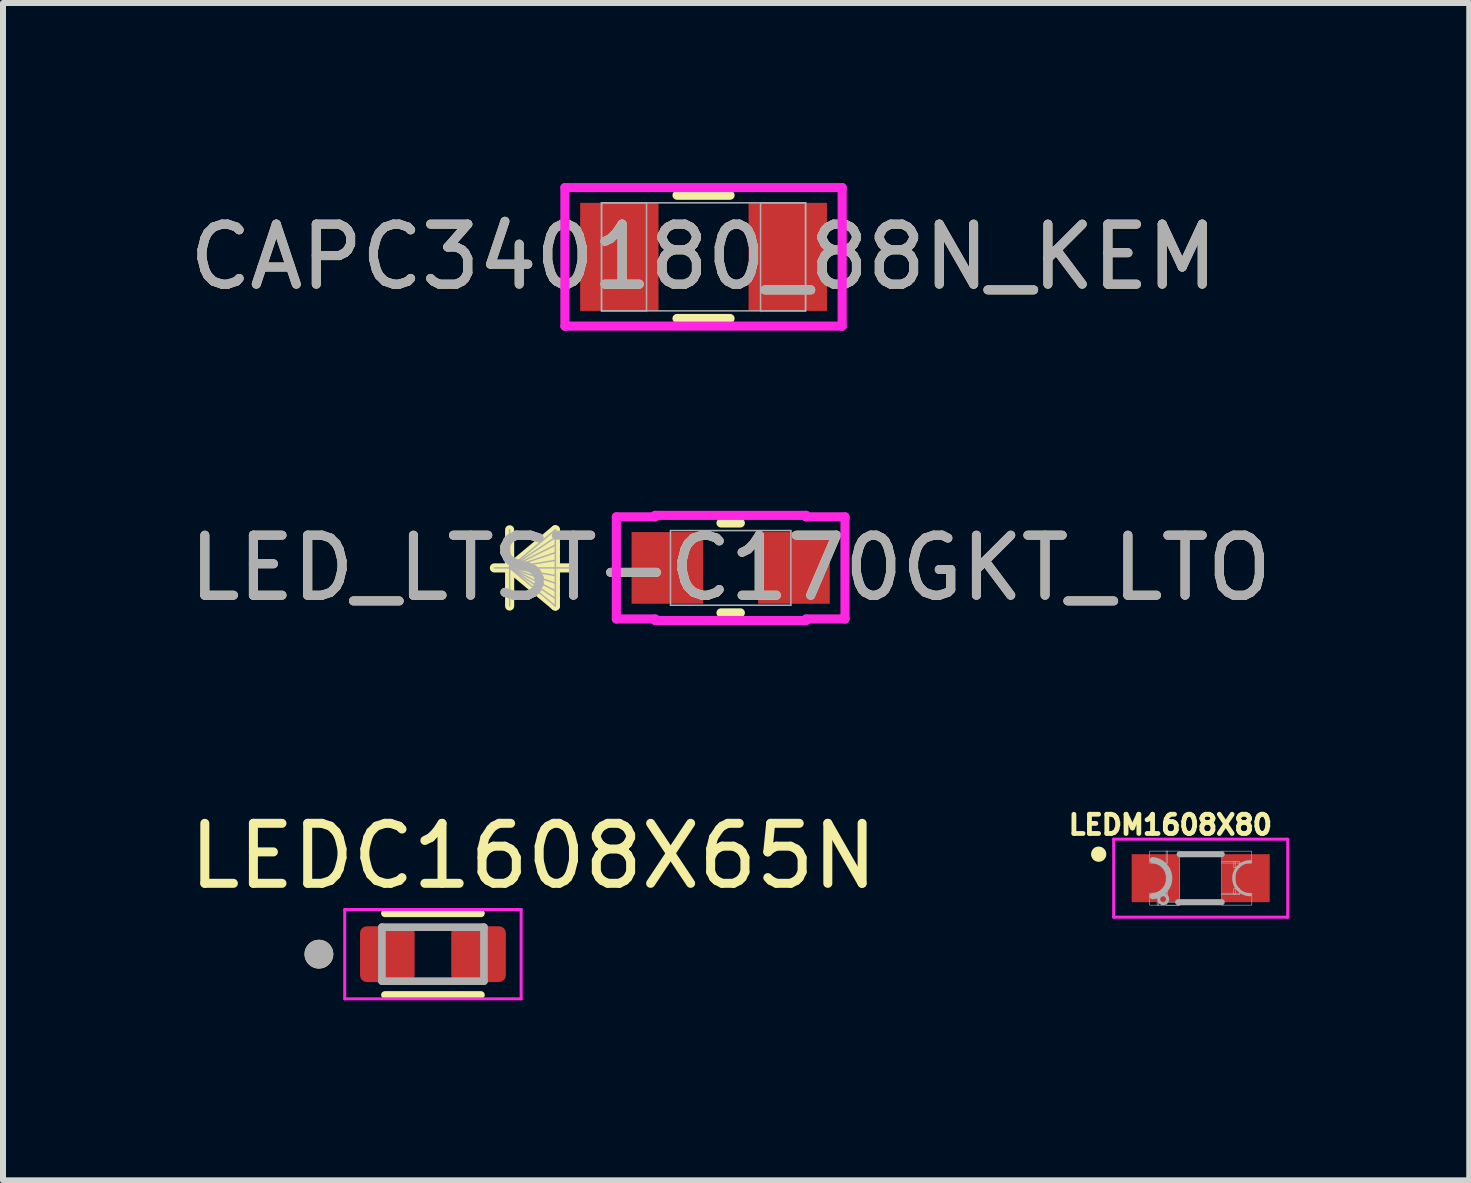
<source format=kicad_pcb>
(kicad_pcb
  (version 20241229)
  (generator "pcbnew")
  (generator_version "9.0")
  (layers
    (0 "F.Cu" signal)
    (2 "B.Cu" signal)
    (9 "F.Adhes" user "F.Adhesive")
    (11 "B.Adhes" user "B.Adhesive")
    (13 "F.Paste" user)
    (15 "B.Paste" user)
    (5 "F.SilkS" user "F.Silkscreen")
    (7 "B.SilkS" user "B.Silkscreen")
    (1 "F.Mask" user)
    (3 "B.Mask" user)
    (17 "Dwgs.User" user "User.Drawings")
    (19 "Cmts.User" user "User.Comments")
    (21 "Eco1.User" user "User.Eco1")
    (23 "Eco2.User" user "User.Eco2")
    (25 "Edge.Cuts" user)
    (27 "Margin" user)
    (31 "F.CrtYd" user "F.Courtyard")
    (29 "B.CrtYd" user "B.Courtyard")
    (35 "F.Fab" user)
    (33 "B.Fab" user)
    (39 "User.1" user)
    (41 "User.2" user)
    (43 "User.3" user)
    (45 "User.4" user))
  (footprint "CAPC340180_88N_KEM"
    (layer "F.Cu")
    (at 8.673 1.23)
    (property "Reference" "CAPC340180_88N_KEM" (at 0 0 0) (unlocked yes) (layer "F.SilkS") (effects (font (size 1 1) (thickness 0.15))))
    (attr smd)
    (fp_line (start -0.442 1.027) (end 0.442 1.027) (stroke (width 0.152) (type solid)) (layer "F.SilkS"))
    (fp_line (start 0.442 -1.027) (end -0.442 -1.027) (stroke (width 0.152) (type solid)) (layer "F.SilkS"))
    (fp_line (start -2.31 -1.154) (end 2.31 -1.154) (stroke (width 0.152) (type solid)) (layer "F.CrtYd"))
    (fp_line (start -2.31 1.154) (end -2.31 -1.154) (stroke (width 0.152) (type solid)) (layer "F.CrtYd"))
    (fp_line (start 2.31 -1.154) (end 2.31 1.154) (stroke (width 0.152) (type solid)) (layer "F.CrtYd"))
    (fp_line (start 2.31 1.154) (end -2.31 1.154) (stroke (width 0.152) (type solid)) (layer "F.CrtYd"))
    (fp_line (start -1.7 -0.9) (end -1.7 0.9) (stroke (width 0.025) (type solid)) (layer "F.Fab"))
    (fp_line (start -1.7 -0.9) (end -1.7 0.9) (stroke (width 0.025) (type solid)) (layer "F.Fab"))
    (fp_line (start -1.7 0.9) (end -0.95 0.9) (stroke (width 0.025) (type solid)) (layer "F.Fab"))
    (fp_line (start -1.7 0.9) (end 1.7 0.9) (stroke (width 0.025) (type solid)) (layer "F.Fab"))
    (fp_line (start -0.95 -0.9) (end -1.7 -0.9) (stroke (width 0.025) (type solid)) (layer "F.Fab"))
    (fp_line (start -0.95 0.9) (end -0.95 -0.9) (stroke (width 0.025) (type solid)) (layer "F.Fab"))
    (fp_line (start 0.95 -0.9) (end 0.95 0.9) (stroke (width 0.025) (type solid)) (layer "F.Fab"))
    (fp_line (start 0.95 0.9) (end 1.7 0.9) (stroke (width 0.025) (type solid)) (layer "F.Fab"))
    (fp_line (start 1.7 -0.9) (end -1.7 -0.9) (stroke (width 0.025) (type solid)) (layer "F.Fab"))
    (fp_line (start 1.7 -0.9) (end 0.95 -0.9) (stroke (width 0.025) (type solid)) (layer "F.Fab"))
    (fp_line (start 1.7 0.9) (end 1.7 -0.9) (stroke (width 0.025) (type solid)) (layer "F.Fab"))
    (fp_line (start 1.7 0.9) (end 1.7 -0.9) (stroke (width 0.025) (type solid)) (layer "F.Fab"))
    (fp_text user "${REFERENCE}" (at 0 0 0) (unlocked yes) (layer "F.Fab") (effects (font (size 1 1) (thickness 0.15))))
    (pad "1" smd rect (at -1.403 0) (size 1.306 1.8) (layers "F.Cu" "F.Mask" "F.Paste"))
    (pad "2" smd rect (at 1.403 0) (size 1.306 1.8) (layers "F.Cu" "F.Mask" "F.Paste"))
    (zone (net_name "") (layer "F.Cu") (hatch full 0.508) (connect_pads) (min_thickness 0.254) (filled_areas_thickness no) (keepout (tracks not_allowed) (vias not_allowed) (pads allowed) (copperpour not_allowed) (footprints allowed)) (placement (enabled no)) (fill) (polygon (pts (xy 7.973 0.381) (xy 9.372 0.381) (xy 9.372 2.079) (xy 7.973 2.079)))))
  (footprint "LEDM1608X80"
    (layer "F.Cu")
    (at 16.957 11.583)
    (property "Reference" "LEDM1608X80" (at -0.505 -0.889 0) (layer "F.SilkS") (effects (font (size 0.32 0.32) (thickness 0.15))))
    (attr smd)
    (fp_circle (center -1.7 -0.4) (end -1.573 -0.4) (stroke (width 0) (type solid)) (fill yes) (layer "F.SilkS"))
    (fp_line (start -1.45 -0.65) (end 1.45 -0.65) (stroke (width 0.05) (type solid)) (layer "F.CrtYd"))
    (fp_line (start -1.45 0.65) (end -1.45 -0.65) (stroke (width 0.05) (type solid)) (layer "F.CrtYd"))
    (fp_line (start 1.45 -0.65) (end 1.45 0.65) (stroke (width 0.05) (type solid)) (layer "F.CrtYd"))
    (fp_line (start 1.45 0.65) (end -1.45 0.65) (stroke (width 0.05) (type solid)) (layer "F.CrtYd"))
    (fp_line (start -0.375 0.4) (end 0.35 0.4) (stroke (width 0.102) (type solid)) (layer "F.Fab"))
    (fp_line (start -0.35 -0.4) (end 0.35 -0.4) (stroke (width 0.102) (type solid)) (layer "F.Fab"))
    (fp_arc (start -0.8 -0.3) (mid -0.524966 0) (end -0.8 0.3) (stroke (width 0.1016) (type solid)) (layer "F.Fab"))
    (fp_arc (start 0.825 0.275) (mid 0.55 0) (end 0.825 -0.275) (stroke (width 0.0508) (type solid)) (layer "F.Fab"))
    (fp_circle (center -0.625 0.35) (end -0.55 0.35) (stroke (width 0.051) (type solid)) (fill no) (layer "F.Fab"))
    (fp_poly (pts (xy -0.85 -0.25) (xy -0.85 -0.451) (xy -0.551 -0.451) (xy -0.551 -0.25)) (stroke (width 0.01) (type solid)) (fill no) (layer "F.Fab"))
    (fp_poly (pts (xy -0.85 0.45) (xy -0.85 0.25) (xy -0.7 0.25) (xy -0.7 0.45)) (stroke (width 0.01) (type solid)) (fill no) (layer "F.Fab"))
    (fp_poly (pts (xy -0.726 0.451) (xy -0.726 0.4) (xy -0.35 0.4) (xy -0.35 0.451)) (stroke (width 0.01) (type solid)) (fill no) (layer "F.Fab"))
    (fp_poly (pts (xy -0.6 0.275) (xy -0.6 0.225) (xy -0.55 0.225) (xy -0.55 0.275)) (stroke (width 0.01) (type solid)) (fill no) (layer "F.Fab"))
    (fp_poly (pts (xy -0.576 0.451) (xy -0.576 -0.451) (xy -0.351 -0.451) (xy -0.351 0.451)) (stroke (width 0.01) (type solid)) (fill no) (layer "F.Fab"))
    (fp_poly (pts (xy 0.35 0.45) (xy 0.35 0.251) (xy 0.851 0.251) (xy 0.851 0.45)) (stroke (width 0.01) (type solid)) (fill no) (layer "F.Fab"))
    (fp_poly (pts (xy 0.35 0.275) (xy 0.35 -0.275) (xy 0.575 -0.275) (xy 0.575 0.275)) (stroke (width 0.01) (type solid)) (fill no) (layer "F.Fab"))
    (fp_poly (pts (xy 0.351 -0.251) (xy 0.351 -0.45) (xy 0.85 -0.45) (xy 0.85 -0.251)) (stroke (width 0.01) (type solid)) (fill no) (layer "F.Fab"))
    (fp_poly (pts (xy 0.55 0.275) (xy 0.55 0.175) (xy 0.65 0.175) (xy 0.65 0.275)) (stroke (width 0.01) (type solid)) (fill no) (layer "F.Fab"))
    (fp_poly (pts (xy 0.551 -0.176) (xy 0.551 -0.275) (xy 0.65 -0.275) (xy 0.65 -0.176)) (stroke (width 0.01) (type solid)) (fill no) (layer "F.Fab"))
    (pad "A" smd rect (at 0.75 0) (size 0.8 0.8) (layers "F.Cu" "F.Mask" "F.Paste"))
    (pad "C" smd rect (at -0.75 0) (size 0.8 0.8) (layers "F.Cu" "F.Mask" "F.Paste")))
  (footprint "LEDC1608X65N"
    (layer "F.Cu")
    (at 4.164 12.849)
    (property "Reference" "LEDC1608X65N" (at 1.675 -1.635 0) (layer "F.SilkS") (effects (font (size 1 1) (thickness 0.15))))
    (attr smd)
    (fp_line (start -0.8 -0.68) (end 0.8 -0.68) (stroke (width 0.127) (type solid)) (layer "F.SilkS"))
    (fp_line (start -0.8 0.68) (end 0.8 0.68) (stroke (width 0.127) (type solid)) (layer "F.SilkS"))
    (fp_circle (center -1.9 0) (end -1.78 0) (stroke (width 0.24) (type solid)) (fill no) (layer "F.SilkS"))
    (fp_line (start -1.47 -0.744) (end 1.47 -0.744) (stroke (width 0.05) (type solid)) (layer "F.CrtYd"))
    (fp_line (start -1.47 0.744) (end -1.47 -0.744) (stroke (width 0.05) (type solid)) (layer "F.CrtYd"))
    (fp_line (start 1.47 -0.744) (end 1.47 0.744) (stroke (width 0.05) (type solid)) (layer "F.CrtYd"))
    (fp_line (start 1.47 0.744) (end -1.47 0.744) (stroke (width 0.05) (type solid)) (layer "F.CrtYd"))
    (fp_line (start -0.85 -0.45) (end -0.85 0.45) (stroke (width 0.127) (type solid)) (layer "F.Fab"))
    (fp_line (start -0.85 -0.45) (end 0.85 -0.45) (stroke (width 0.127) (type solid)) (layer "F.Fab"))
    (fp_line (start -0.85 0.45) (end 0.85 0.45) (stroke (width 0.127) (type solid)) (layer "F.Fab"))
    (fp_line (start 0.85 -0.45) (end 0.85 0.45) (stroke (width 0.127) (type solid)) (layer "F.Fab"))
    (fp_circle (center -1.9 0) (end -1.78 0) (stroke (width 0.24) (type solid)) (fill no) (layer "F.Fab"))
    (pad "A" smd roundrect (at 0.76 0) (size 0.91 0.93) (layers "F.Cu" "F.Mask" "F.Paste") (roundrect_rratio 0.125))
    (pad "C" smd roundrect (at -0.76 0) (size 0.91 0.93) (layers "F.Cu" "F.Mask" "F.Paste") (roundrect_rratio 0.125)))
  (footprint "LED_LTST-C170GKT_LTO"
    (layer "F.Cu")
    (at 9.125 6.413)
    (property "Reference" "LED_LTST-C170GKT_LTO" (at 0 0 0) (unlocked yes) (layer "F.SilkS") (effects (font (size 1 1) (thickness 0.15))))
    (attr smd)
    (fp_line (start -3.683 -0.635) (end -3.683 0.635) (stroke (width 0.152) (type solid)) (layer "F.SilkS"))
    (fp_line (start -3.683 0) (end -2.921 -0.635) (stroke (width 0.152) (type solid)) (layer "F.SilkS"))
    (fp_line (start -3.683 0) (end -2.921 -0.508) (stroke (width 0.152) (type solid)) (layer "F.SilkS"))
    (fp_line (start -3.683 0) (end -2.921 -0.381) (stroke (width 0.152) (type solid)) (layer "F.SilkS"))
    (fp_line (start -3.683 0) (end -2.921 -0.254) (stroke (width 0.152) (type solid)) (layer "F.SilkS"))
    (fp_line (start -3.683 0) (end -2.921 -0.127) (stroke (width 0.152) (type solid)) (layer "F.SilkS"))
    (fp_line (start -3.683 0) (end -2.921 0.127) (stroke (width 0.152) (type solid)) (layer "F.SilkS"))
    (fp_line (start -3.683 0) (end -2.921 0.254) (stroke (width 0.152) (type solid)) (layer "F.SilkS"))
    (fp_line (start -3.683 0) (end -2.921 0.381) (stroke (width 0.152) (type solid)) (layer "F.SilkS"))
    (fp_line (start -3.683 0) (end -2.921 0.508) (stroke (width 0.152) (type solid)) (layer "F.SilkS"))
    (fp_line (start -3.683 0) (end -2.921 0.635) (stroke (width 0.152) (type solid)) (layer "F.SilkS"))
    (fp_line (start -2.921 -0.635) (end -2.921 0.635) (stroke (width 0.152) (type solid)) (layer "F.SilkS"))
    (fp_line (start -2.667 0) (end -3.937 0) (stroke (width 0.152) (type solid)) (layer "F.SilkS"))
    (fp_line (start -0.161 0.749) (end 0.161 0.749) (stroke (width 0.152) (type solid)) (layer "F.SilkS"))
    (fp_line (start 0.161 -0.749) (end -0.161 -0.749) (stroke (width 0.152) (type solid)) (layer "F.SilkS"))
    (fp_line (start -1.905 -0.851) (end -1.257 -0.851) (stroke (width 0.152) (type solid)) (layer "F.CrtYd"))
    (fp_line (start -1.905 0.851) (end -1.905 -0.851) (stroke (width 0.152) (type solid)) (layer "F.CrtYd"))
    (fp_line (start -1.257 -0.876) (end 1.257 -0.876) (stroke (width 0.152) (type solid)) (layer "F.CrtYd"))
    (fp_line (start -1.257 -0.851) (end -1.257 -0.876) (stroke (width 0.152) (type solid)) (layer "F.CrtYd"))
    (fp_line (start -1.257 0.851) (end -1.905 0.851) (stroke (width 0.152) (type solid)) (layer "F.CrtYd"))
    (fp_line (start -1.257 0.876) (end -1.257 0.851) (stroke (width 0.152) (type solid)) (layer "F.CrtYd"))
    (fp_line (start 1.257 -0.876) (end 1.257 -0.851) (stroke (width 0.152) (type solid)) (layer "F.CrtYd"))
    (fp_line (start 1.257 -0.851) (end 1.905 -0.851) (stroke (width 0.152) (type solid)) (layer "F.CrtYd"))
    (fp_line (start 1.257 0.851) (end 1.257 0.876) (stroke (width 0.152) (type solid)) (layer "F.CrtYd"))
    (fp_line (start 1.257 0.876) (end -1.257 0.876) (stroke (width 0.152) (type solid)) (layer "F.CrtYd"))
    (fp_line (start 1.905 -0.851) (end 1.905 0.851) (stroke (width 0.152) (type solid)) (layer "F.CrtYd"))
    (fp_line (start 1.905 0.851) (end 1.257 0.851) (stroke (width 0.152) (type solid)) (layer "F.CrtYd"))
    (fp_line (start -3.683 -0.635) (end -3.683 0.635) (stroke (width 0.025) (type solid)) (layer "F.Fab"))
    (fp_line (start -3.683 0) (end -2.921 -0.635) (stroke (width 0.025) (type solid)) (layer "F.Fab"))
    (fp_line (start -3.683 0) (end -2.921 -0.508) (stroke (width 0.025) (type solid)) (layer "F.Fab"))
    (fp_line (start -3.683 0) (end -2.921 -0.381) (stroke (width 0.025) (type solid)) (layer "F.Fab"))
    (fp_line (start -3.683 0) (end -2.921 -0.254) (stroke (width 0.025) (type solid)) (layer "F.Fab"))
    (fp_line (start -3.683 0) (end -2.921 -0.127) (stroke (width 0.025) (type solid)) (layer "F.Fab"))
    (fp_line (start -3.683 0) (end -2.921 0.127) (stroke (width 0.025) (type solid)) (layer "F.Fab"))
    (fp_line (start -3.683 0) (end -2.921 0.254) (stroke (width 0.025) (type solid)) (layer "F.Fab"))
    (fp_line (start -3.683 0) (end -2.921 0.381) (stroke (width 0.025) (type solid)) (layer "F.Fab"))
    (fp_line (start -3.683 0) (end -2.921 0.508) (stroke (width 0.025) (type solid)) (layer "F.Fab"))
    (fp_line (start -3.683 0) (end -2.921 0.635) (stroke (width 0.025) (type solid)) (layer "F.Fab"))
    (fp_line (start -2.921 -0.635) (end -2.921 0.635) (stroke (width 0.025) (type solid)) (layer "F.Fab"))
    (fp_line (start -2.667 0) (end -3.937 0) (stroke (width 0.025) (type solid)) (layer "F.Fab"))
    (fp_line (start -1.003 -0.622) (end -1.003 0.622) (stroke (width 0.025) (type solid)) (layer "F.Fab"))
    (fp_line (start -1.003 0.622) (end 1.003 0.622) (stroke (width 0.025) (type solid)) (layer "F.Fab"))
    (fp_line (start 1.003 -0.622) (end -1.003 -0.622) (stroke (width 0.025) (type solid)) (layer "F.Fab"))
    (fp_line (start 1.003 0.622) (end 1.003 -0.622) (stroke (width 0.025) (type solid)) (layer "F.Fab"))
    (fp_text user "${REFERENCE}" (at 0 0 0) (unlocked yes) (layer "F.Fab") (effects (font (size 1 1) (thickness 0.15))))
    (pad "1" smd rect (at -1.054 0) (size 1.194 1.194) (layers "F.Cu" "F.Mask" "F.Paste"))
    (pad "2" smd rect (at 1.054 0) (size 1.194 1.194) (layers "F.Cu" "F.Mask" "F.Paste"))
    (zone (net_name "") (layer "F.Cu") (hatch full 0.508) (connect_pads) (min_thickness 0.254) (filled_areas_thickness no) (keepout (tracks not_allowed) (vias not_allowed) (pads allowed) (copperpour not_allowed) (footprints allowed)) (placement (enabled no)) (fill) (polygon (pts (xy 8.719 5.841) (xy 9.531 5.841) (xy 9.531 6.984) (xy 8.719 6.984)))))
  (gr_rect
    (start -3 -3)
    (end 21.432 16.618)
    (stroke (width 0.1) (type default))
    (fill no)
    (layer "Edge.Cuts")))
</source>
